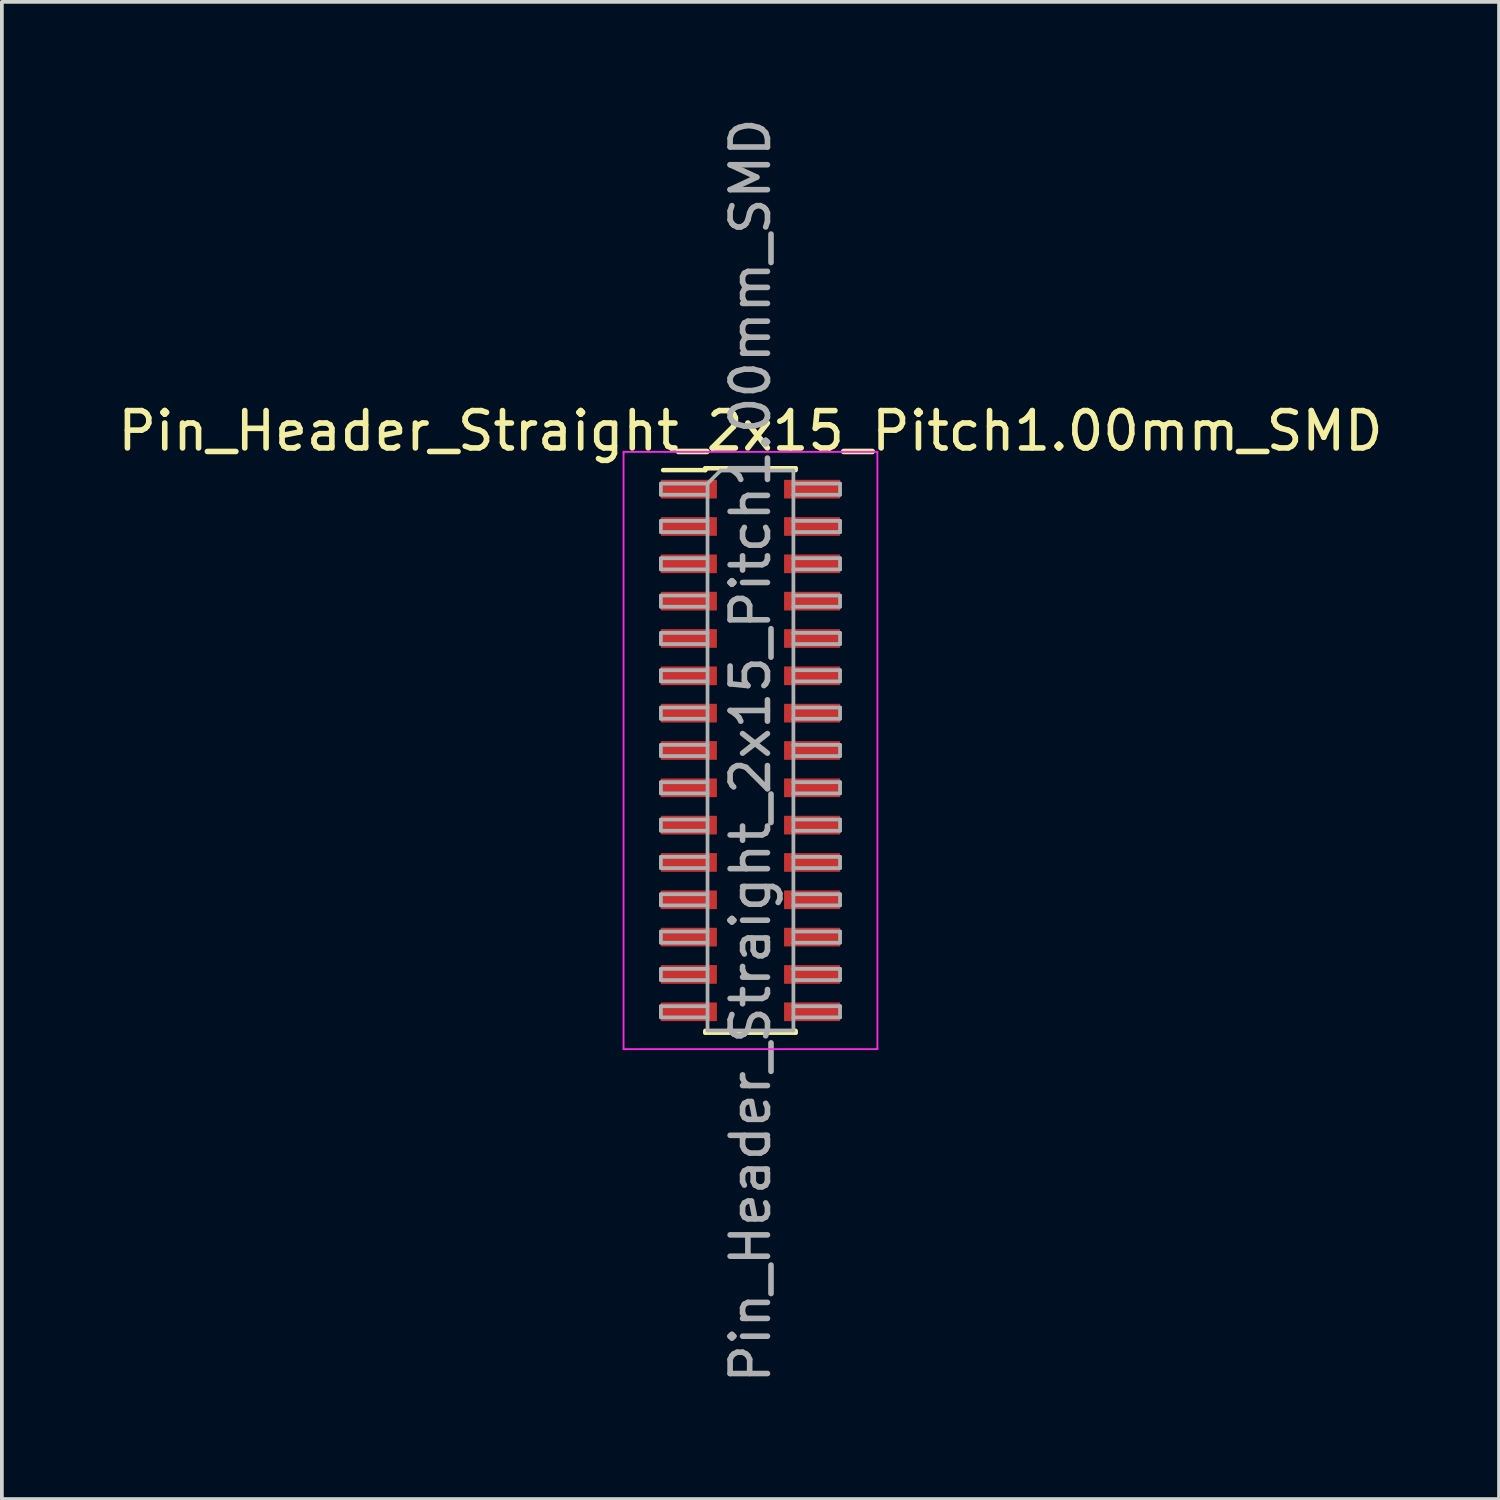
<source format=kicad_pcb>
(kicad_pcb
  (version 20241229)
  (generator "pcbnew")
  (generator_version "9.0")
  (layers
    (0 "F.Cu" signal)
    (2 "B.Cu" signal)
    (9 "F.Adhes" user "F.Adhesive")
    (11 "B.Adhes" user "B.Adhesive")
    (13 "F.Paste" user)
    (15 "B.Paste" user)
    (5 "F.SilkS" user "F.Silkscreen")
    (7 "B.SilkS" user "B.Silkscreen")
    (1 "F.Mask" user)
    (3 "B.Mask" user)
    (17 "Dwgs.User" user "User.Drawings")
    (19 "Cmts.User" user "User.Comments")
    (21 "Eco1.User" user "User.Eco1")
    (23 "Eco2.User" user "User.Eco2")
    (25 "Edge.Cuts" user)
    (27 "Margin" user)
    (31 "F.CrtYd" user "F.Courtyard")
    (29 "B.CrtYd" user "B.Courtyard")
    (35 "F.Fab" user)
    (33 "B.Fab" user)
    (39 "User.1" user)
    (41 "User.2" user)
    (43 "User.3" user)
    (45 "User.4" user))
  (footprint "Pin_Header_Straight_2x15_Pitch1.00mm_SMD"
    (layer "F.Cu")
    (at 17.054 17.054)
    (property "Reference" "Pin_Header_Straight_2x15_Pitch1.00mm_SMD" (at 0 -8.56 0) (layer "F.SilkS") (effects (font (size 1 1) (thickness 0.15))))
    (attr smd)
    (fp_line (start -2.34 -7.51) (end -1.21 -7.51) (stroke (width 0.12) (type solid)) (layer "F.SilkS"))
    (fp_line (start -1.21 -7.56) (end -1.21 -7.51) (stroke (width 0.12) (type solid)) (layer "F.SilkS"))
    (fp_line (start -1.21 -7.56) (end 1.21 -7.56) (stroke (width 0.12) (type solid)) (layer "F.SilkS"))
    (fp_line (start -1.21 7.51) (end -1.21 7.56) (stroke (width 0.12) (type solid)) (layer "F.SilkS"))
    (fp_line (start -1.21 7.56) (end 1.21 7.56) (stroke (width 0.12) (type solid)) (layer "F.SilkS"))
    (fp_line (start 1.21 -7.56) (end 1.21 -7.51) (stroke (width 0.12) (type solid)) (layer "F.SilkS"))
    (fp_line (start 1.21 7.51) (end 1.21 7.56) (stroke (width 0.12) (type solid)) (layer "F.SilkS"))
    (fp_line (start -3.4 -8) (end -3.4 8) (stroke (width 0.05) (type solid)) (layer "F.CrtYd"))
    (fp_line (start -3.4 8) (end 3.4 8) (stroke (width 0.05) (type solid)) (layer "F.CrtYd"))
    (fp_line (start 3.4 -8) (end -3.4 -8) (stroke (width 0.05) (type solid)) (layer "F.CrtYd"))
    (fp_line (start 3.4 8) (end 3.4 -8) (stroke (width 0.05) (type solid)) (layer "F.CrtYd"))
    (fp_line (start -2.4 -7.15) (end -2.4 -6.85) (stroke (width 0.1) (type solid)) (layer "F.Fab"))
    (fp_line (start -2.4 -6.85) (end -1.15 -6.85) (stroke (width 0.1) (type solid)) (layer "F.Fab"))
    (fp_line (start -2.4 -6.15) (end -2.4 -5.85) (stroke (width 0.1) (type solid)) (layer "F.Fab"))
    (fp_line (start -2.4 -5.85) (end -1.15 -5.85) (stroke (width 0.1) (type solid)) (layer "F.Fab"))
    (fp_line (start -2.4 -5.15) (end -2.4 -4.85) (stroke (width 0.1) (type solid)) (layer "F.Fab"))
    (fp_line (start -2.4 -4.85) (end -1.15 -4.85) (stroke (width 0.1) (type solid)) (layer "F.Fab"))
    (fp_line (start -2.4 -4.15) (end -2.4 -3.85) (stroke (width 0.1) (type solid)) (layer "F.Fab"))
    (fp_line (start -2.4 -3.85) (end -1.15 -3.85) (stroke (width 0.1) (type solid)) (layer "F.Fab"))
    (fp_line (start -2.4 -3.15) (end -2.4 -2.85) (stroke (width 0.1) (type solid)) (layer "F.Fab"))
    (fp_line (start -2.4 -2.85) (end -1.15 -2.85) (stroke (width 0.1) (type solid)) (layer "F.Fab"))
    (fp_line (start -2.4 -2.15) (end -2.4 -1.85) (stroke (width 0.1) (type solid)) (layer "F.Fab"))
    (fp_line (start -2.4 -1.85) (end -1.15 -1.85) (stroke (width 0.1) (type solid)) (layer "F.Fab"))
    (fp_line (start -2.4 -1.15) (end -2.4 -0.85) (stroke (width 0.1) (type solid)) (layer "F.Fab"))
    (fp_line (start -2.4 -0.85) (end -1.15 -0.85) (stroke (width 0.1) (type solid)) (layer "F.Fab"))
    (fp_line (start -2.4 -0.15) (end -2.4 0.15) (stroke (width 0.1) (type solid)) (layer "F.Fab"))
    (fp_line (start -2.4 0.15) (end -1.15 0.15) (stroke (width 0.1) (type solid)) (layer "F.Fab"))
    (fp_line (start -2.4 0.85) (end -2.4 1.15) (stroke (width 0.1) (type solid)) (layer "F.Fab"))
    (fp_line (start -2.4 1.15) (end -1.15 1.15) (stroke (width 0.1) (type solid)) (layer "F.Fab"))
    (fp_line (start -2.4 1.85) (end -2.4 2.15) (stroke (width 0.1) (type solid)) (layer "F.Fab"))
    (fp_line (start -2.4 2.15) (end -1.15 2.15) (stroke (width 0.1) (type solid)) (layer "F.Fab"))
    (fp_line (start -2.4 2.85) (end -2.4 3.15) (stroke (width 0.1) (type solid)) (layer "F.Fab"))
    (fp_line (start -2.4 3.15) (end -1.15 3.15) (stroke (width 0.1) (type solid)) (layer "F.Fab"))
    (fp_line (start -2.4 3.85) (end -2.4 4.15) (stroke (width 0.1) (type solid)) (layer "F.Fab"))
    (fp_line (start -2.4 4.15) (end -1.15 4.15) (stroke (width 0.1) (type solid)) (layer "F.Fab"))
    (fp_line (start -2.4 4.85) (end -2.4 5.15) (stroke (width 0.1) (type solid)) (layer "F.Fab"))
    (fp_line (start -2.4 5.15) (end -1.15 5.15) (stroke (width 0.1) (type solid)) (layer "F.Fab"))
    (fp_line (start -2.4 5.85) (end -2.4 6.15) (stroke (width 0.1) (type solid)) (layer "F.Fab"))
    (fp_line (start -2.4 6.15) (end -1.15 6.15) (stroke (width 0.1) (type solid)) (layer "F.Fab"))
    (fp_line (start -2.4 6.85) (end -2.4 7.15) (stroke (width 0.1) (type solid)) (layer "F.Fab"))
    (fp_line (start -2.4 7.15) (end -1.15 7.15) (stroke (width 0.1) (type solid)) (layer "F.Fab"))
    (fp_line (start -1.15 -7.15) (end -2.4 -7.15) (stroke (width 0.1) (type solid)) (layer "F.Fab"))
    (fp_line (start -1.15 -7.15) (end -0.8 -7.5) (stroke (width 0.1) (type solid)) (layer "F.Fab"))
    (fp_line (start -1.15 -6.15) (end -2.4 -6.15) (stroke (width 0.1) (type solid)) (layer "F.Fab"))
    (fp_line (start -1.15 -5.15) (end -2.4 -5.15) (stroke (width 0.1) (type solid)) (layer "F.Fab"))
    (fp_line (start -1.15 -4.15) (end -2.4 -4.15) (stroke (width 0.1) (type solid)) (layer "F.Fab"))
    (fp_line (start -1.15 -3.15) (end -2.4 -3.15) (stroke (width 0.1) (type solid)) (layer "F.Fab"))
    (fp_line (start -1.15 -2.15) (end -2.4 -2.15) (stroke (width 0.1) (type solid)) (layer "F.Fab"))
    (fp_line (start -1.15 -1.15) (end -2.4 -1.15) (stroke (width 0.1) (type solid)) (layer "F.Fab"))
    (fp_line (start -1.15 -0.15) (end -2.4 -0.15) (stroke (width 0.1) (type solid)) (layer "F.Fab"))
    (fp_line (start -1.15 0.85) (end -2.4 0.85) (stroke (width 0.1) (type solid)) (layer "F.Fab"))
    (fp_line (start -1.15 1.85) (end -2.4 1.85) (stroke (width 0.1) (type solid)) (layer "F.Fab"))
    (fp_line (start -1.15 2.85) (end -2.4 2.85) (stroke (width 0.1) (type solid)) (layer "F.Fab"))
    (fp_line (start -1.15 3.85) (end -2.4 3.85) (stroke (width 0.1) (type solid)) (layer "F.Fab"))
    (fp_line (start -1.15 4.85) (end -2.4 4.85) (stroke (width 0.1) (type solid)) (layer "F.Fab"))
    (fp_line (start -1.15 5.85) (end -2.4 5.85) (stroke (width 0.1) (type solid)) (layer "F.Fab"))
    (fp_line (start -1.15 6.85) (end -2.4 6.85) (stroke (width 0.1) (type solid)) (layer "F.Fab"))
    (fp_line (start -1.15 7.5) (end -1.15 -7.15) (stroke (width 0.1) (type solid)) (layer "F.Fab"))
    (fp_line (start -0.8 -7.5) (end 1.15 -7.5) (stroke (width 0.1) (type solid)) (layer "F.Fab"))
    (fp_line (start 1.15 -7.5) (end 1.15 7.5) (stroke (width 0.1) (type solid)) (layer "F.Fab"))
    (fp_line (start 1.15 -7.15) (end 2.4 -7.15) (stroke (width 0.1) (type solid)) (layer "F.Fab"))
    (fp_line (start 1.15 -6.15) (end 2.4 -6.15) (stroke (width 0.1) (type solid)) (layer "F.Fab"))
    (fp_line (start 1.15 -5.15) (end 2.4 -5.15) (stroke (width 0.1) (type solid)) (layer "F.Fab"))
    (fp_line (start 1.15 -4.15) (end 2.4 -4.15) (stroke (width 0.1) (type solid)) (layer "F.Fab"))
    (fp_line (start 1.15 -3.15) (end 2.4 -3.15) (stroke (width 0.1) (type solid)) (layer "F.Fab"))
    (fp_line (start 1.15 -2.15) (end 2.4 -2.15) (stroke (width 0.1) (type solid)) (layer "F.Fab"))
    (fp_line (start 1.15 -1.15) (end 2.4 -1.15) (stroke (width 0.1) (type solid)) (layer "F.Fab"))
    (fp_line (start 1.15 -0.15) (end 2.4 -0.15) (stroke (width 0.1) (type solid)) (layer "F.Fab"))
    (fp_line (start 1.15 0.85) (end 2.4 0.85) (stroke (width 0.1) (type solid)) (layer "F.Fab"))
    (fp_line (start 1.15 1.85) (end 2.4 1.85) (stroke (width 0.1) (type solid)) (layer "F.Fab"))
    (fp_line (start 1.15 2.85) (end 2.4 2.85) (stroke (width 0.1) (type solid)) (layer "F.Fab"))
    (fp_line (start 1.15 3.85) (end 2.4 3.85) (stroke (width 0.1) (type solid)) (layer "F.Fab"))
    (fp_line (start 1.15 4.85) (end 2.4 4.85) (stroke (width 0.1) (type solid)) (layer "F.Fab"))
    (fp_line (start 1.15 5.85) (end 2.4 5.85) (stroke (width 0.1) (type solid)) (layer "F.Fab"))
    (fp_line (start 1.15 6.85) (end 2.4 6.85) (stroke (width 0.1) (type solid)) (layer "F.Fab"))
    (fp_line (start 1.15 7.5) (end -1.15 7.5) (stroke (width 0.1) (type solid)) (layer "F.Fab"))
    (fp_line (start 2.4 -7.15) (end 2.4 -6.85) (stroke (width 0.1) (type solid)) (layer "F.Fab"))
    (fp_line (start 2.4 -6.85) (end 1.15 -6.85) (stroke (width 0.1) (type solid)) (layer "F.Fab"))
    (fp_line (start 2.4 -6.15) (end 2.4 -5.85) (stroke (width 0.1) (type solid)) (layer "F.Fab"))
    (fp_line (start 2.4 -5.85) (end 1.15 -5.85) (stroke (width 0.1) (type solid)) (layer "F.Fab"))
    (fp_line (start 2.4 -5.15) (end 2.4 -4.85) (stroke (width 0.1) (type solid)) (layer "F.Fab"))
    (fp_line (start 2.4 -4.85) (end 1.15 -4.85) (stroke (width 0.1) (type solid)) (layer "F.Fab"))
    (fp_line (start 2.4 -4.15) (end 2.4 -3.85) (stroke (width 0.1) (type solid)) (layer "F.Fab"))
    (fp_line (start 2.4 -3.85) (end 1.15 -3.85) (stroke (width 0.1) (type solid)) (layer "F.Fab"))
    (fp_line (start 2.4 -3.15) (end 2.4 -2.85) (stroke (width 0.1) (type solid)) (layer "F.Fab"))
    (fp_line (start 2.4 -2.85) (end 1.15 -2.85) (stroke (width 0.1) (type solid)) (layer "F.Fab"))
    (fp_line (start 2.4 -2.15) (end 2.4 -1.85) (stroke (width 0.1) (type solid)) (layer "F.Fab"))
    (fp_line (start 2.4 -1.85) (end 1.15 -1.85) (stroke (width 0.1) (type solid)) (layer "F.Fab"))
    (fp_line (start 2.4 -1.15) (end 2.4 -0.85) (stroke (width 0.1) (type solid)) (layer "F.Fab"))
    (fp_line (start 2.4 -0.85) (end 1.15 -0.85) (stroke (width 0.1) (type solid)) (layer "F.Fab"))
    (fp_line (start 2.4 -0.15) (end 2.4 0.15) (stroke (width 0.1) (type solid)) (layer "F.Fab"))
    (fp_line (start 2.4 0.15) (end 1.15 0.15) (stroke (width 0.1) (type solid)) (layer "F.Fab"))
    (fp_line (start 2.4 0.85) (end 2.4 1.15) (stroke (width 0.1) (type solid)) (layer "F.Fab"))
    (fp_line (start 2.4 1.15) (end 1.15 1.15) (stroke (width 0.1) (type solid)) (layer "F.Fab"))
    (fp_line (start 2.4 1.85) (end 2.4 2.15) (stroke (width 0.1) (type solid)) (layer "F.Fab"))
    (fp_line (start 2.4 2.15) (end 1.15 2.15) (stroke (width 0.1) (type solid)) (layer "F.Fab"))
    (fp_line (start 2.4 2.85) (end 2.4 3.15) (stroke (width 0.1) (type solid)) (layer "F.Fab"))
    (fp_line (start 2.4 3.15) (end 1.15 3.15) (stroke (width 0.1) (type solid)) (layer "F.Fab"))
    (fp_line (start 2.4 3.85) (end 2.4 4.15) (stroke (width 0.1) (type solid)) (layer "F.Fab"))
    (fp_line (start 2.4 4.15) (end 1.15 4.15) (stroke (width 0.1) (type solid)) (layer "F.Fab"))
    (fp_line (start 2.4 4.85) (end 2.4 5.15) (stroke (width 0.1) (type solid)) (layer "F.Fab"))
    (fp_line (start 2.4 5.15) (end 1.15 5.15) (stroke (width 0.1) (type solid)) (layer "F.Fab"))
    (fp_line (start 2.4 5.85) (end 2.4 6.15) (stroke (width 0.1) (type solid)) (layer "F.Fab"))
    (fp_line (start 2.4 6.15) (end 1.15 6.15) (stroke (width 0.1) (type solid)) (layer "F.Fab"))
    (fp_line (start 2.4 6.85) (end 2.4 7.15) (stroke (width 0.1) (type solid)) (layer "F.Fab"))
    (fp_line (start 2.4 7.15) (end 1.15 7.15) (stroke (width 0.1) (type solid)) (layer "F.Fab"))
    (fp_text user "${REFERENCE}" (at 0 0 90) (layer "F.Fab") (effects (font (size 1 1) (thickness 0.15))))
    (pad "1" smd rect (at -1.65 -7) (size 1.5 0.5) (layers "F.Cu" "F.Mask" "F.Paste"))
    (pad "2" smd rect (at 1.65 -7) (size 1.5 0.5) (layers "F.Cu" "F.Mask" "F.Paste"))
    (pad "3" smd rect (at -1.65 -6) (size 1.5 0.5) (layers "F.Cu" "F.Mask" "F.Paste"))
    (pad "4" smd rect (at 1.65 -6) (size 1.5 0.5) (layers "F.Cu" "F.Mask" "F.Paste"))
    (pad "5" smd rect (at -1.65 -5) (size 1.5 0.5) (layers "F.Cu" "F.Mask" "F.Paste"))
    (pad "6" smd rect (at 1.65 -5) (size 1.5 0.5) (layers "F.Cu" "F.Mask" "F.Paste"))
    (pad "7" smd rect (at -1.65 -4) (size 1.5 0.5) (layers "F.Cu" "F.Mask" "F.Paste"))
    (pad "8" smd rect (at 1.65 -4) (size 1.5 0.5) (layers "F.Cu" "F.Mask" "F.Paste"))
    (pad "9" smd rect (at -1.65 -3) (size 1.5 0.5) (layers "F.Cu" "F.Mask" "F.Paste"))
    (pad "10" smd rect (at 1.65 -3) (size 1.5 0.5) (layers "F.Cu" "F.Mask" "F.Paste"))
    (pad "11" smd rect (at -1.65 -2) (size 1.5 0.5) (layers "F.Cu" "F.Mask" "F.Paste"))
    (pad "12" smd rect (at 1.65 -2) (size 1.5 0.5) (layers "F.Cu" "F.Mask" "F.Paste"))
    (pad "13" smd rect (at -1.65 -1) (size 1.5 0.5) (layers "F.Cu" "F.Mask" "F.Paste"))
    (pad "14" smd rect (at 1.65 -1) (size 1.5 0.5) (layers "F.Cu" "F.Mask" "F.Paste"))
    (pad "15" smd rect (at -1.65 0) (size 1.5 0.5) (layers "F.Cu" "F.Mask" "F.Paste"))
    (pad "16" smd rect (at 1.65 0) (size 1.5 0.5) (layers "F.Cu" "F.Mask" "F.Paste"))
    (pad "17" smd rect (at -1.65 1) (size 1.5 0.5) (layers "F.Cu" "F.Mask" "F.Paste"))
    (pad "18" smd rect (at 1.65 1) (size 1.5 0.5) (layers "F.Cu" "F.Mask" "F.Paste"))
    (pad "19" smd rect (at -1.65 2) (size 1.5 0.5) (layers "F.Cu" "F.Mask" "F.Paste"))
    (pad "20" smd rect (at 1.65 2) (size 1.5 0.5) (layers "F.Cu" "F.Mask" "F.Paste"))
    (pad "21" smd rect (at -1.65 3) (size 1.5 0.5) (layers "F.Cu" "F.Mask" "F.Paste"))
    (pad "22" smd rect (at 1.65 3) (size 1.5 0.5) (layers "F.Cu" "F.Mask" "F.Paste"))
    (pad "23" smd rect (at -1.65 4) (size 1.5 0.5) (layers "F.Cu" "F.Mask" "F.Paste"))
    (pad "24" smd rect (at 1.65 4) (size 1.5 0.5) (layers "F.Cu" "F.Mask" "F.Paste"))
    (pad "25" smd rect (at -1.65 5) (size 1.5 0.5) (layers "F.Cu" "F.Mask" "F.Paste"))
    (pad "26" smd rect (at 1.65 5) (size 1.5 0.5) (layers "F.Cu" "F.Mask" "F.Paste"))
    (pad "27" smd rect (at -1.65 6) (size 1.5 0.5) (layers "F.Cu" "F.Mask" "F.Paste"))
    (pad "28" smd rect (at 1.65 6) (size 1.5 0.5) (layers "F.Cu" "F.Mask" "F.Paste"))
    (pad "29" smd rect (at -1.65 7) (size 1.5 0.5) (layers "F.Cu" "F.Mask" "F.Paste"))
    (pad "30" smd rect (at 1.65 7) (size 1.5 0.5) (layers "F.Cu" "F.Mask" "F.Paste")))
  (gr_rect
    (start -3 -3)
    (end 37.107 37.107)
    (stroke (width 0.1) (type default))
    (fill no)
    (layer "Edge.Cuts")))
</source>
